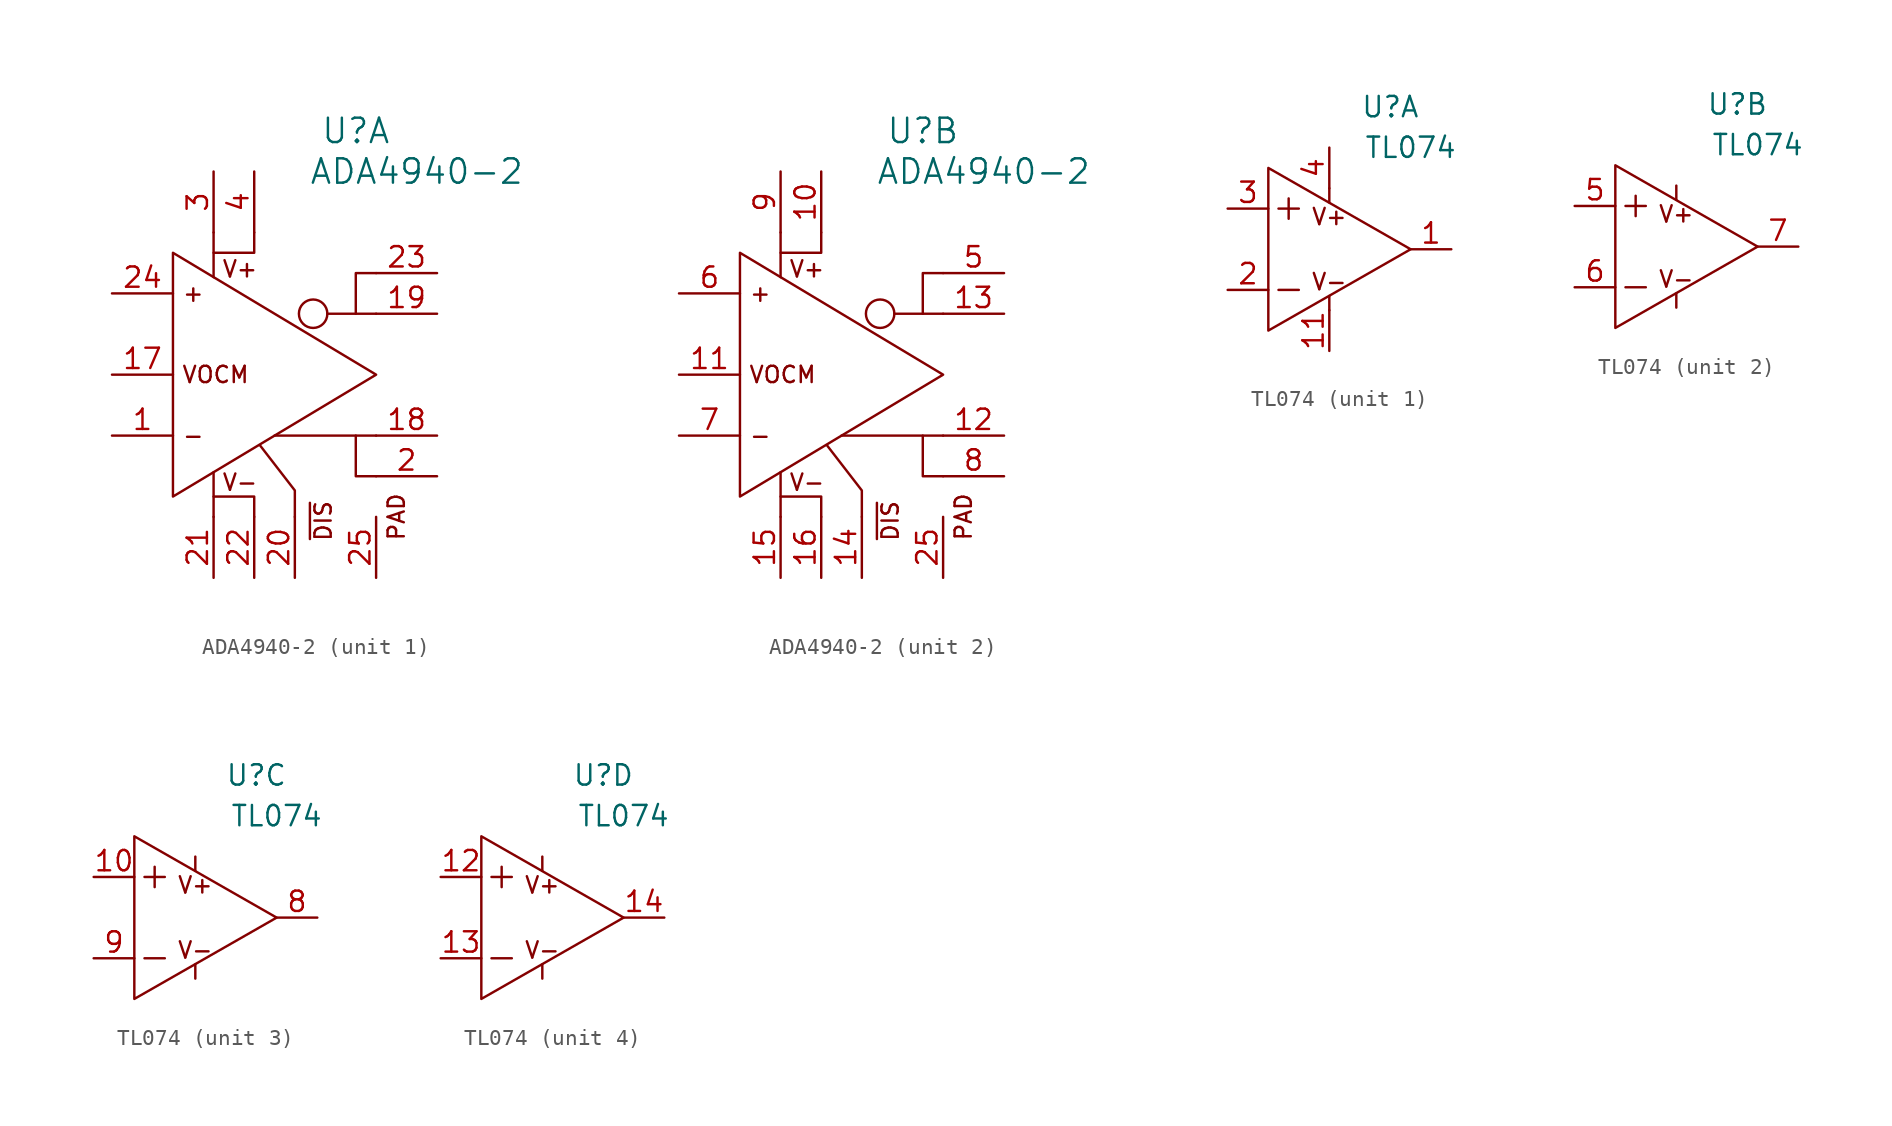
<source format=kicad_sym>
(kicad_symbol_lib
  (version 20211014)
  (generator kicad_symbol_editor)
  (symbol "ADA4940-2"
    (pin_names
      (offset 1.016) hide)
    (property "Reference" "U"
      (at 6.35 15.24 0)
      (effects (font (size 1.524 1.524))))
    (property "Value" "ADA4940-2"
      (at 10.16 12.7 0)
      (effects (font (size 1.524 1.524))))
    (symbol "ADA4940-2_0_0"
      (polyline (pts (xy -2.54 -7.62) (xy -2.54 -6.096)) (stroke (width 0) (type default) (color 0 0 0 0)) (fill (type none)))
      (polyline (pts (xy -2.54 8.89) (xy -2.54 6.096)) (stroke (width 0) (type default) (color 0 0 0 0)) (fill (type none)))
      (polyline (pts (xy 7.62 -3.81) (xy 1.27 -3.81)) (stroke (width 0) (type default) (color 0 0 0 0)) (fill (type none)))
      (polyline (pts (xy 0 8.89) (xy 0 7.62) (xy -2.54 7.62)) (stroke (width 0) (type default) (color 0 0 0 0)) (fill (type none)))
      (polyline (pts (xy 2.54 -8.89) (xy 2.54 -7.239) (xy 0.381 -4.445)) (stroke (width 0) (type default) (color 0 0 0 0)) (fill (type none)))
      (polyline (pts (xy 7.62 -6.35) (xy 6.35 -6.35) (xy 6.35 -3.81)) (stroke (width 0) (type default) (color 0 0 0 0)) (fill (type none)))
      (polyline (pts (xy 7.62 3.81) (xy 4.572 3.81) (xy 4.699 3.81)) (stroke (width 0) (type default) (color 0 0 0 0)) (fill (type none)))
      (polyline (pts (xy 7.62 6.35) (xy 6.35 6.35) (xy 6.35 3.81)) (stroke (width 0) (type default) (color 0 0 0 0)) (fill (type none)))
      (polyline (pts (xy 0 -8.89) (xy 0 -7.62) (xy -2.54 -7.62) (xy -2.54 -8.89)) (stroke (width 0) (type default) (color 0 0 0 0)) (fill (type none)))
      (circle (center 3.683 3.81) (radius 0.889) (stroke (width 0) (type default) (color 0 0 0 0)) (fill (type none)))
      (text "+" (at -3.81 5.08 0) (effects (font (size 1.016 1.016))))
      (text "-" (at -3.81 -3.81 0) (effects (font (size 1.016 1.016))))
      (text "PAD" (at 8.89 -8.89 900) (effects (font (size 1.016 1.016))))
      (text "V+" (at -0.889 6.604 0) (effects (font (size 1.016 1.016))))
      (text "V-" (at -0.889 -6.731 0) (effects (font (size 1.016 1.016))))
      (text "VOCM" (at -2.413 0 0) (effects (font (size 1.016 1.016))))
      (text "~{DIS}" (at 4.318 -9.144 900) (effects (font (size 1.016 1.016)))))
    (symbol "ADA4940-2_0_1"
      (polyline (pts (xy -5.08 7.62) (xy -5.08 -7.62) (xy 7.62 0) (xy -5.08 7.62)) (stroke (width 0) (type default) (color 0 0 0 0)) (fill (type none)))
      (pin input line (at 7.62 -12.7 90) (length 3.81) (name "PAD" (effects (font (size 1.27 1.27)))) (number "25" (effects (font (size 1.27 1.27))))))
    (symbol "ADA4940-2_1_1"
      (pin input line (at -8.89 -3.81 0) (length 3.81) (name "-IN1" (effects (font (size 1.27 1.27)))) (number "1" (effects (font (size 1.27 1.27)))))
      (pin input line (at -8.89 0 0) (length 3.81) (name "VOCM1" (effects (font (size 1.27 1.27)))) (number "17" (effects (font (size 1.27 1.27)))))
      (pin input line (at 11.43 -3.81 180) (length 3.81) (name "+OUT1" (effects (font (size 1.27 1.27)))) (number "18" (effects (font (size 1.27 1.27)))))
      (pin input line (at 11.43 3.81 180) (length 3.81) (name "-OUT1" (effects (font (size 1.27 1.27)))) (number "19" (effects (font (size 1.27 1.27)))))
      (pin input line (at 11.43 -6.35 180) (length 3.81) (name "+FB1" (effects (font (size 1.27 1.27)))) (number "2" (effects (font (size 1.27 1.27)))))
      (pin input line (at 2.54 -12.7 90) (length 3.81) (name "~{DIS1}" (effects (font (size 1.27 1.27)))) (number "20" (effects (font (size 1.27 1.27)))))
      (pin input line (at -2.54 -12.7 90) (length 3.81) (name "-VS1" (effects (font (size 1.27 1.27)))) (number "21" (effects (font (size 1.27 1.27)))))
      (pin input line (at 0 -12.7 90) (length 3.81) (name "-VS1" (effects (font (size 1.27 1.27)))) (number "22" (effects (font (size 1.27 1.27)))))
      (pin input line (at 11.43 6.35 180) (length 3.81) (name "-FV1" (effects (font (size 1.27 1.27)))) (number "23" (effects (font (size 1.27 1.27)))))
      (pin input line (at -8.89 5.08 0) (length 3.81) (name "+IN1" (effects (font (size 1.27 1.27)))) (number "24" (effects (font (size 1.27 1.27)))))
      (pin input line (at -2.54 12.7 270) (length 3.81) (name "+VS1" (effects (font (size 1.27 1.27)))) (number "3" (effects (font (size 1.27 1.27)))))
      (pin input line (at 0 12.7 270) (length 3.81) (name "+VS1" (effects (font (size 1.27 1.27)))) (number "4" (effects (font (size 1.27 1.27))))))
    (symbol "ADA4940-2_2_1"
      (pin input line (at 0 12.7 270) (length 3.81) (name "+VS1" (effects (font (size 1.27 1.27)))) (number "10" (effects (font (size 1.27 1.27)))))
      (pin input line (at -8.89 0 0) (length 3.81) (name "VOCM1" (effects (font (size 1.27 1.27)))) (number "11" (effects (font (size 1.27 1.27)))))
      (pin input line (at 11.43 -3.81 180) (length 3.81) (name "+OUT1" (effects (font (size 1.27 1.27)))) (number "12" (effects (font (size 1.27 1.27)))))
      (pin input line (at 11.43 3.81 180) (length 3.81) (name "-OUT1" (effects (font (size 1.27 1.27)))) (number "13" (effects (font (size 1.27 1.27)))))
      (pin input line (at 2.54 -12.7 90) (length 3.81) (name "~{DIS1}" (effects (font (size 1.27 1.27)))) (number "14" (effects (font (size 1.27 1.27)))))
      (pin input line (at -2.54 -12.7 90) (length 3.81) (name "-VS1" (effects (font (size 1.27 1.27)))) (number "15" (effects (font (size 1.27 1.27)))))
      (pin input line (at 0 -12.7 90) (length 3.81) (name "-VS1" (effects (font (size 1.27 1.27)))) (number "16" (effects (font (size 1.27 1.27)))))
      (pin input line (at 11.43 6.35 180) (length 3.81) (name "-FV1" (effects (font (size 1.27 1.27)))) (number "5" (effects (font (size 1.27 1.27)))))
      (pin input line (at -8.89 5.08 0) (length 3.81) (name "+IN1" (effects (font (size 1.27 1.27)))) (number "6" (effects (font (size 1.27 1.27)))))
      (pin input line (at -8.89 -3.81 0) (length 3.81) (name "-IN1" (effects (font (size 1.27 1.27)))) (number "7" (effects (font (size 1.27 1.27)))))
      (pin input line (at 11.43 -6.35 180) (length 3.81) (name "+FB1" (effects (font (size 1.27 1.27)))) (number "8" (effects (font (size 1.27 1.27)))))
      (pin input line (at -2.54 12.7 270) (length 3.81) (name "+VS1" (effects (font (size 1.27 1.27)))) (number "9" (effects (font (size 1.27 1.27)))))))
  (symbol "TL074"
    (pin_names
      (offset 1.016) hide)
    (property "Reference" "U"
      (at 3.81 8.89 0)
      (effects (font (size 1.27 1.27))))
    (property "Value" "TL074"
      (at 5.08 6.35 0)
      (effects (font (size 1.27 1.27))))
    (symbol "TL074_0_0"
      (text "V+" (at 0 2.032 0) (effects (font (size 1.016 1.016))))
      (text "V-" (at 0 -2.032 0) (effects (font (size 1.016 1.016)))))
    (symbol "TL074_0_1"
      (polyline (pts (xy -3.175 -2.54) (xy -1.905 -2.54)) (stroke (width 0) (type default) (color 0 0 0 0)) (fill (type none)))
      (polyline (pts (xy -3.175 2.54) (xy -1.905 2.54)) (stroke (width 0) (type default) (color 0 0 0 0)) (fill (type none)))
      (polyline (pts (xy -2.54 3.175) (xy -2.54 1.905)) (stroke (width 0) (type default) (color 0 0 0 0)) (fill (type none)))
      (polyline (pts (xy 0 -3.81) (xy 0 -2.921)) (stroke (width 0) (type default) (color 0 0 0 0)) (fill (type none)))
      (polyline (pts (xy 0 3.81) (xy 0 2.921)) (stroke (width 0) (type default) (color 0 0 0 0)) (fill (type none)))
      (polyline (pts (xy -3.81 -5.08) (xy 5.08 0) (xy -3.81 5.08) (xy -3.81 -5.08)) (stroke (width 0) (type default) (color 0 0 0 0)) (fill (type none))))
    (symbol "TL074_1_1"
      (pin passive line (at 7.62 0 180) (length 2.54) (name "OUT" (effects (font (size 1.27 1.27)))) (number "1" (effects (font (size 1.27 1.27)))))
      (pin input line (at 0 -6.35 90) (length 2.54) (name "VCC-" (effects (font (size 1.27 1.27)))) (number "11" (effects (font (size 1.27 1.27)))))
      (pin input line (at -6.35 -2.54 0) (length 2.54) (name "IN-" (effects (font (size 1.27 1.27)))) (number "2" (effects (font (size 1.27 1.27)))))
      (pin input line (at -6.35 2.54 0) (length 2.54) (name "IN+" (effects (font (size 1.27 1.27)))) (number "3" (effects (font (size 1.27 1.27)))))
      (pin input line (at 0 6.35 270) (length 2.54) (name "VCC" (effects (font (size 1.27 1.27)))) (number "4" (effects (font (size 1.27 1.27))))))
    (symbol "TL074_2_1"
      (pin input line (at -6.35 2.54 0) (length 2.54) (name "IN+" (effects (font (size 1.27 1.27)))) (number "5" (effects (font (size 1.27 1.27)))))
      (pin input line (at -6.35 -2.54 0) (length 2.54) (name "IN-" (effects (font (size 1.27 1.27)))) (number "6" (effects (font (size 1.27 1.27)))))
      (pin passive line (at 7.62 0 180) (length 2.54) (name "OUT" (effects (font (size 1.27 1.27)))) (number "7" (effects (font (size 1.27 1.27))))))
    (symbol "TL074_3_1"
      (pin input line (at -6.35 2.54 0) (length 2.54) (name "IN+" (effects (font (size 1.27 1.27)))) (number "10" (effects (font (size 1.27 1.27)))))
      (pin passive line (at 7.62 0 180) (length 2.54) (name "OUT" (effects (font (size 1.27 1.27)))) (number "8" (effects (font (size 1.27 1.27)))))
      (pin input line (at -6.35 -2.54 0) (length 2.54) (name "IN-" (effects (font (size 1.27 1.27)))) (number "9" (effects (font (size 1.27 1.27))))))
    (symbol "TL074_4_1"
      (pin input line (at -6.35 2.54 0) (length 2.54) (name "IN+" (effects (font (size 1.27 1.27)))) (number "12" (effects (font (size 1.27 1.27)))))
      (pin input line (at -6.35 -2.54 0) (length 2.54) (name "IN-" (effects (font (size 1.27 1.27)))) (number "13" (effects (font (size 1.27 1.27)))))
      (pin passive line (at 7.62 0 180) (length 2.54) (name "OUT" (effects (font (size 1.27 1.27)))) (number "14" (effects (font (size 1.27 1.27))))))))
</source>
